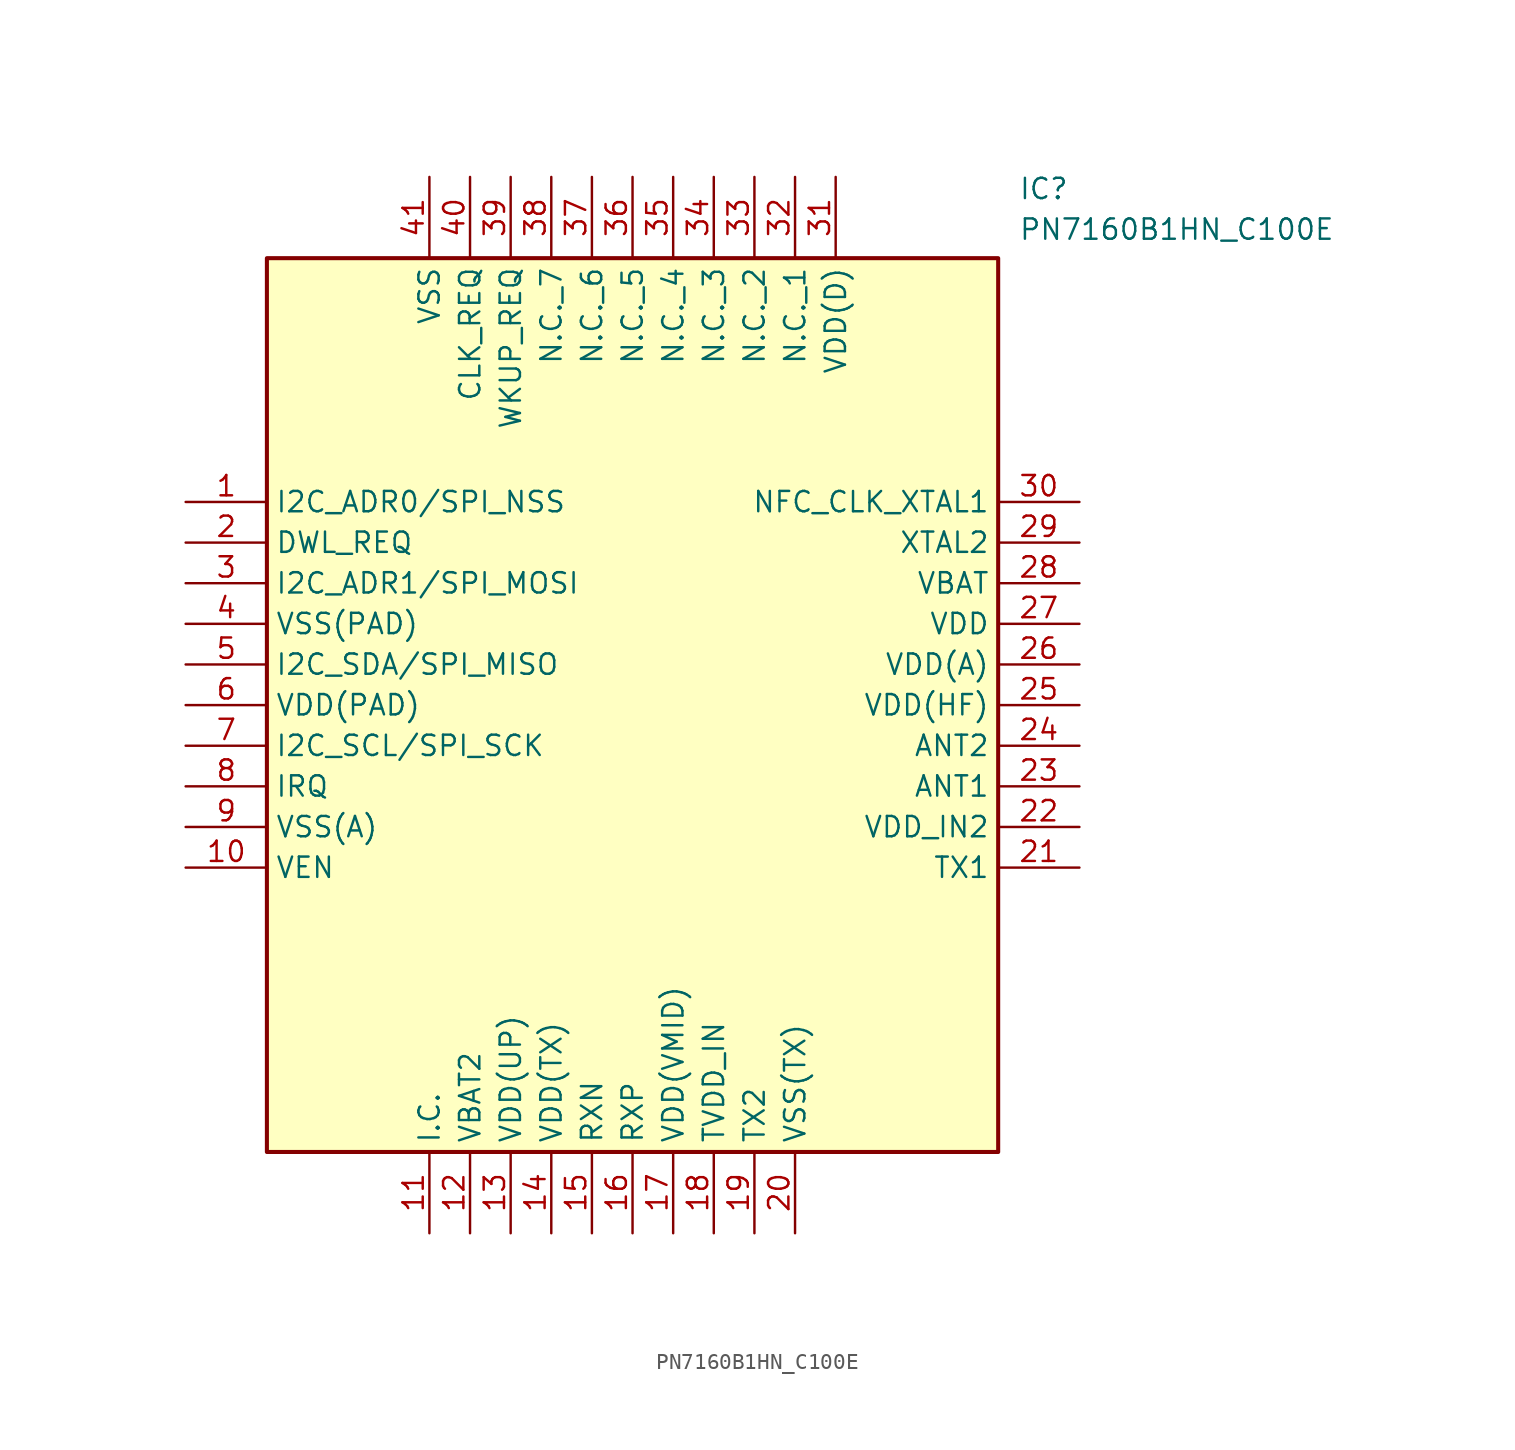
<source format=kicad_sym>
(kicad_symbol_lib
  (version 20231120)
  (generator "kicad_symbol_editor")
  (generator_version "8.0")
  (symbol "PN7160B1HN_C100E"
    (property "Reference" "IC"
      (at 24.13 31.75 0)
      (effects (font (size 1.27 1.27)) (justify left top)))
    (property "Value" "PN7160B1HN_C100E"
      (at 24.13 29.21 0)
      (effects (font (size 1.27 1.27)) (justify left top)))
    (symbol "PN7160B1HN_C100E_1_1"
      (rectangle (start -22.86 26.67) (end 22.86 -29.21) (stroke (width 0.254) (type default)) (fill (type background)))
      (pin passive line (at -27.94 11.43 0) (length 5.08) (name "I2C_ADR0/SPI_NSS" (effects (font (size 1.27 1.27)))) (number "1" (effects (font (size 1.27 1.27)))))
      (pin passive line (at -27.94 -11.43 0) (length 5.08) (name "VEN" (effects (font (size 1.27 1.27)))) (number "10" (effects (font (size 1.27 1.27)))))
      (pin passive line (at -12.7 -34.29 90) (length 5.08) (name "I.C." (effects (font (size 1.27 1.27)))) (number "11" (effects (font (size 1.27 1.27)))))
      (pin passive line (at -10.16 -34.29 90) (length 5.08) (name "VBAT2" (effects (font (size 1.27 1.27)))) (number "12" (effects (font (size 1.27 1.27)))))
      (pin passive line (at -7.62 -34.29 90) (length 5.08) (name "VDD(UP)" (effects (font (size 1.27 1.27)))) (number "13" (effects (font (size 1.27 1.27)))))
      (pin passive line (at -5.08 -34.29 90) (length 5.08) (name "VDD(TX)" (effects (font (size 1.27 1.27)))) (number "14" (effects (font (size 1.27 1.27)))))
      (pin passive line (at -2.54 -34.29 90) (length 5.08) (name "RXN" (effects (font (size 1.27 1.27)))) (number "15" (effects (font (size 1.27 1.27)))))
      (pin passive line (at 0 -34.29 90) (length 5.08) (name "RXP" (effects (font (size 1.27 1.27)))) (number "16" (effects (font (size 1.27 1.27)))))
      (pin passive line (at 2.54 -34.29 90) (length 5.08) (name "VDD(VMID)" (effects (font (size 1.27 1.27)))) (number "17" (effects (font (size 1.27 1.27)))))
      (pin passive line (at 5.08 -34.29 90) (length 5.08) (name "TVDD_IN" (effects (font (size 1.27 1.27)))) (number "18" (effects (font (size 1.27 1.27)))))
      (pin passive line (at 7.62 -34.29 90) (length 5.08) (name "TX2" (effects (font (size 1.27 1.27)))) (number "19" (effects (font (size 1.27 1.27)))))
      (pin passive line (at -27.94 8.89 0) (length 5.08) (name "DWL_REQ" (effects (font (size 1.27 1.27)))) (number "2" (effects (font (size 1.27 1.27)))))
      (pin passive line (at 10.16 -34.29 90) (length 5.08) (name "VSS(TX)" (effects (font (size 1.27 1.27)))) (number "20" (effects (font (size 1.27 1.27)))))
      (pin passive line (at 27.94 -11.43 180) (length 5.08) (name "TX1" (effects (font (size 1.27 1.27)))) (number "21" (effects (font (size 1.27 1.27)))))
      (pin passive line (at 27.94 -8.89 180) (length 5.08) (name "VDD_IN2" (effects (font (size 1.27 1.27)))) (number "22" (effects (font (size 1.27 1.27)))))
      (pin passive line (at 27.94 -6.35 180) (length 5.08) (name "ANT1" (effects (font (size 1.27 1.27)))) (number "23" (effects (font (size 1.27 1.27)))))
      (pin passive line (at 27.94 -3.81 180) (length 5.08) (name "ANT2" (effects (font (size 1.27 1.27)))) (number "24" (effects (font (size 1.27 1.27)))))
      (pin passive line (at 27.94 -1.27 180) (length 5.08) (name "VDD(HF)" (effects (font (size 1.27 1.27)))) (number "25" (effects (font (size 1.27 1.27)))))
      (pin passive line (at 27.94 1.27 180) (length 5.08) (name "VDD(A)" (effects (font (size 1.27 1.27)))) (number "26" (effects (font (size 1.27 1.27)))))
      (pin passive line (at 27.94 3.81 180) (length 5.08) (name "VDD" (effects (font (size 1.27 1.27)))) (number "27" (effects (font (size 1.27 1.27)))))
      (pin passive line (at 27.94 6.35 180) (length 5.08) (name "VBAT" (effects (font (size 1.27 1.27)))) (number "28" (effects (font (size 1.27 1.27)))))
      (pin passive line (at 27.94 8.89 180) (length 5.08) (name "XTAL2" (effects (font (size 1.27 1.27)))) (number "29" (effects (font (size 1.27 1.27)))))
      (pin passive line (at -27.94 6.35 0) (length 5.08) (name "I2C_ADR1/SPI_MOSI" (effects (font (size 1.27 1.27)))) (number "3" (effects (font (size 1.27 1.27)))))
      (pin passive line (at 27.94 11.43 180) (length 5.08) (name "NFC_CLK_XTAL1" (effects (font (size 1.27 1.27)))) (number "30" (effects (font (size 1.27 1.27)))))
      (pin passive line (at 12.7 31.75 270) (length 5.08) (name "VDD(D)" (effects (font (size 1.27 1.27)))) (number "31" (effects (font (size 1.27 1.27)))))
      (pin passive line (at 10.16 31.75 270) (length 5.08) (name "N.C._1" (effects (font (size 1.27 1.27)))) (number "32" (effects (font (size 1.27 1.27)))))
      (pin passive line (at 7.62 31.75 270) (length 5.08) (name "N.C._2" (effects (font (size 1.27 1.27)))) (number "33" (effects (font (size 1.27 1.27)))))
      (pin passive line (at 5.08 31.75 270) (length 5.08) (name "N.C._3" (effects (font (size 1.27 1.27)))) (number "34" (effects (font (size 1.27 1.27)))))
      (pin passive line (at 2.54 31.75 270) (length 5.08) (name "N.C._4" (effects (font (size 1.27 1.27)))) (number "35" (effects (font (size 1.27 1.27)))))
      (pin passive line (at 0 31.75 270) (length 5.08) (name "N.C._5" (effects (font (size 1.27 1.27)))) (number "36" (effects (font (size 1.27 1.27)))))
      (pin passive line (at -2.54 31.75 270) (length 5.08) (name "N.C._6" (effects (font (size 1.27 1.27)))) (number "37" (effects (font (size 1.27 1.27)))))
      (pin passive line (at -5.08 31.75 270) (length 5.08) (name "N.C._7" (effects (font (size 1.27 1.27)))) (number "38" (effects (font (size 1.27 1.27)))))
      (pin passive line (at -7.62 31.75 270) (length 5.08) (name "WKUP_REQ" (effects (font (size 1.27 1.27)))) (number "39" (effects (font (size 1.27 1.27)))))
      (pin passive line (at -27.94 3.81 0) (length 5.08) (name "VSS(PAD)" (effects (font (size 1.27 1.27)))) (number "4" (effects (font (size 1.27 1.27)))))
      (pin passive line (at -10.16 31.75 270) (length 5.08) (name "CLK_REQ" (effects (font (size 1.27 1.27)))) (number "40" (effects (font (size 1.27 1.27)))))
      (pin passive line (at -12.7 31.75 270) (length 5.08) (name "VSS" (effects (font (size 1.27 1.27)))) (number "41" (effects (font (size 1.27 1.27)))))
      (pin passive line (at -27.94 1.27 0) (length 5.08) (name "I2C_SDA/SPI_MISO" (effects (font (size 1.27 1.27)))) (number "5" (effects (font (size 1.27 1.27)))))
      (pin passive line (at -27.94 -1.27 0) (length 5.08) (name "VDD(PAD)" (effects (font (size 1.27 1.27)))) (number "6" (effects (font (size 1.27 1.27)))))
      (pin passive line (at -27.94 -3.81 0) (length 5.08) (name "I2C_SCL/SPI_SCK" (effects (font (size 1.27 1.27)))) (number "7" (effects (font (size 1.27 1.27)))))
      (pin passive line (at -27.94 -6.35 0) (length 5.08) (name "IRQ" (effects (font (size 1.27 1.27)))) (number "8" (effects (font (size 1.27 1.27)))))
      (pin passive line (at -27.94 -8.89 0) (length 5.08) (name "VSS(A)" (effects (font (size 1.27 1.27)))) (number "9" (effects (font (size 1.27 1.27))))))))
</source>
